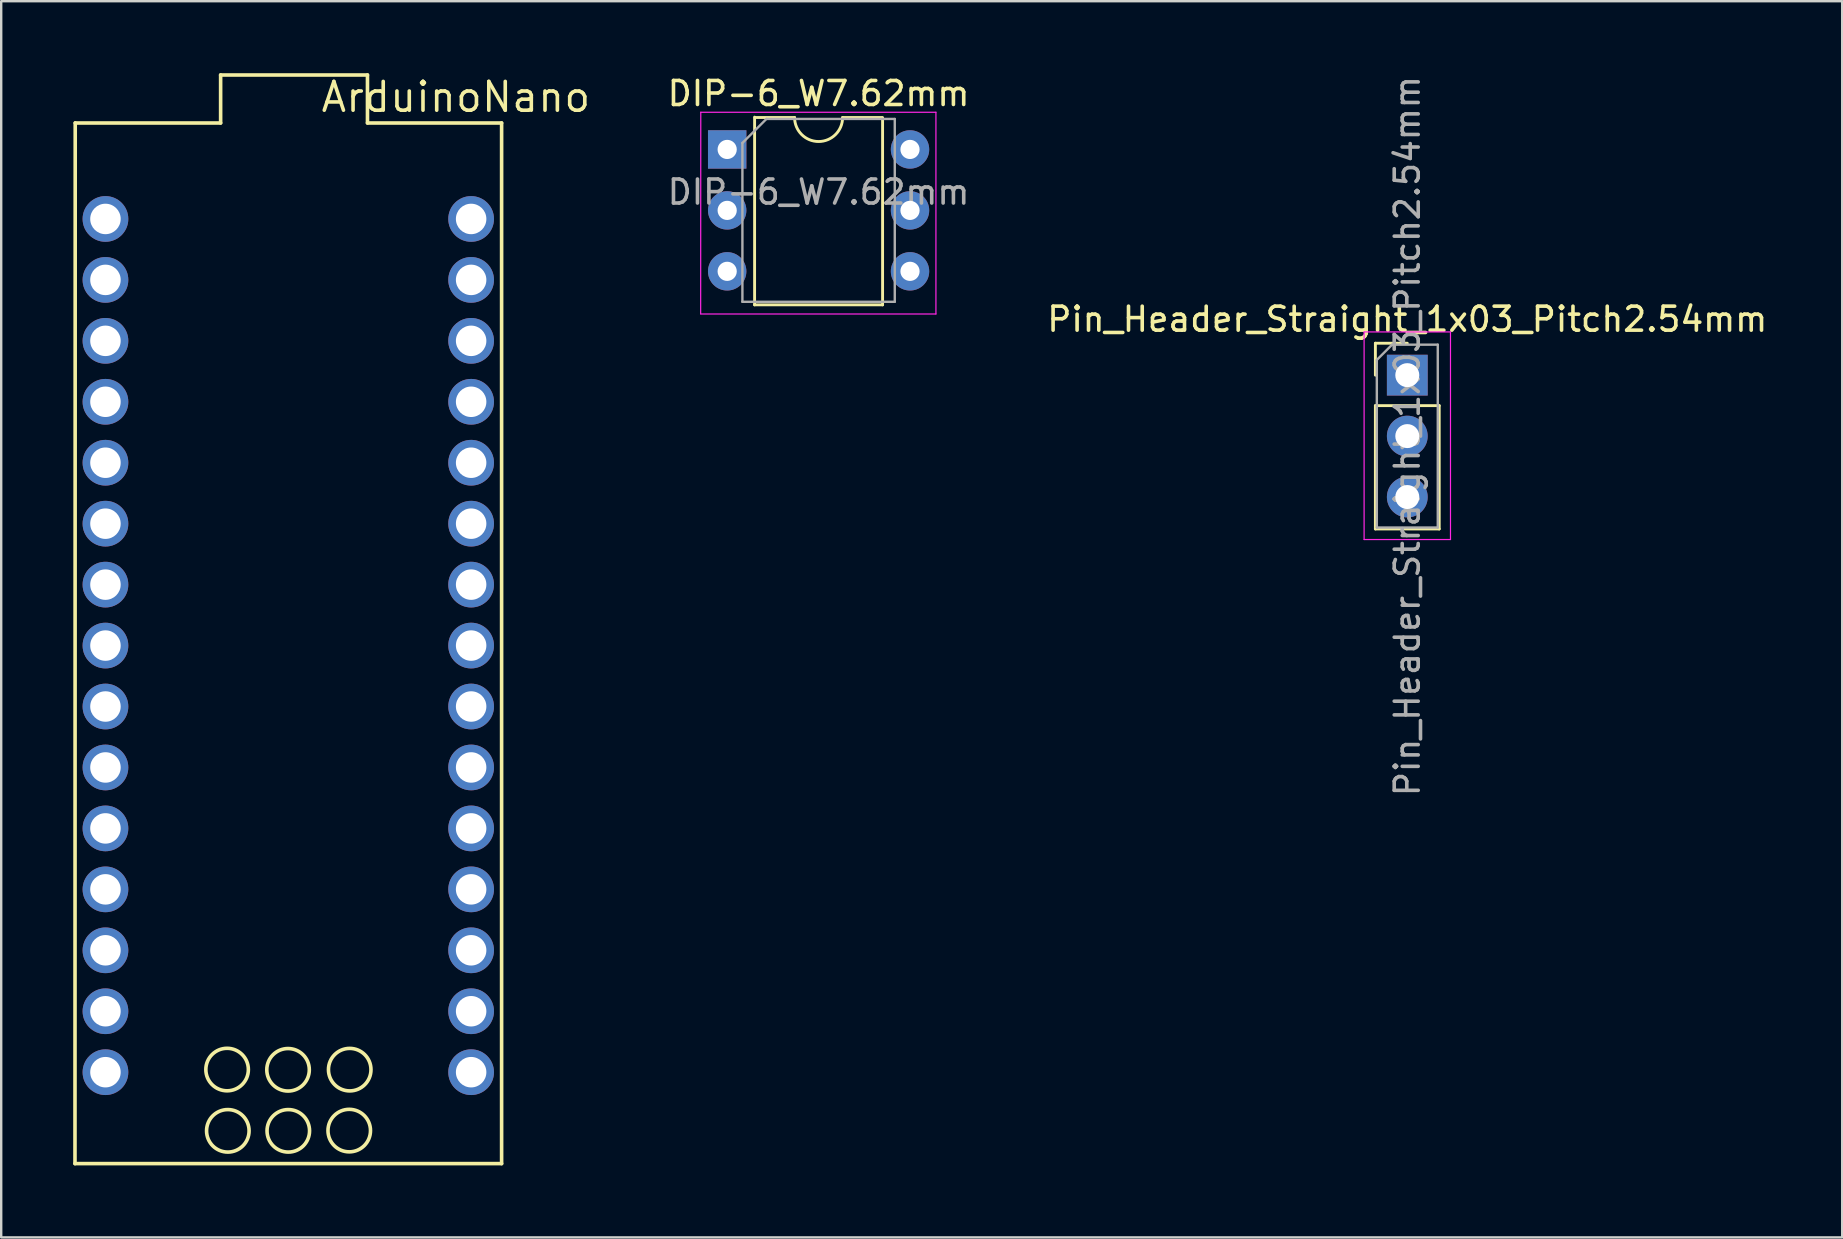
<source format=kicad_pcb>
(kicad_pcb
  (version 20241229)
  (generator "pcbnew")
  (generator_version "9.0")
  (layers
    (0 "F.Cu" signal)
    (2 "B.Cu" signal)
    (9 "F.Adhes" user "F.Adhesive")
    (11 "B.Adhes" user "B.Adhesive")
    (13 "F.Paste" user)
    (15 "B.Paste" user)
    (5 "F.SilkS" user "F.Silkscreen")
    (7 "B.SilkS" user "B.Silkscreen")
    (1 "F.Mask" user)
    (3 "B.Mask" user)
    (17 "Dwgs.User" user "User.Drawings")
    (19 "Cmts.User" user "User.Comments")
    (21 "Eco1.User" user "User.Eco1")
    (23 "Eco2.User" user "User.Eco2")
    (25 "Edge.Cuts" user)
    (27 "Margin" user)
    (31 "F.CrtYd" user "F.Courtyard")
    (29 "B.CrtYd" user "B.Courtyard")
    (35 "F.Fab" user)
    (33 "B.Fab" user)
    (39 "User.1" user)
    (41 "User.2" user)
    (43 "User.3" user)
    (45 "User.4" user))
  (footprint "DIP-6_W7.62mm"
    (layer "F.Cu")
    (at 27.256 3.178)
    (property "Reference" "DIP-6_W7.62mm" (at 3.81 -2.33 0) (layer "F.SilkS") (effects (font (size 1 1) (thickness 0.15))))
    (attr through_hole)
    (fp_line (start 1.143 -1.346) (end 1.143 6.477) (stroke (width 0.12) (type solid)) (layer "F.SilkS"))
    (fp_line (start 1.143 6.477) (end 6.477 6.477) (stroke (width 0.12) (type solid)) (layer "F.SilkS"))
    (fp_line (start 2.81 -1.33) (end 1.16 -1.33) (stroke (width 0.12) (type solid)) (layer "F.SilkS"))
    (fp_line (start 6.46 -1.33) (end 4.81 -1.33) (stroke (width 0.12) (type solid)) (layer "F.SilkS"))
    (fp_line (start 6.477 6.477) (end 6.477 -1.321) (stroke (width 0.12) (type solid)) (layer "F.SilkS"))
    (fp_arc (start 4.81 -1.33) (mid 3.81 -0.33) (end 2.81 -1.33) (stroke (width 0.12) (type solid)) (layer "F.SilkS"))
    (fp_line (start -1.101 6.858) (end 8.7 6.858) (stroke (width 0.05) (type solid)) (layer "F.CrtYd"))
    (fp_line (start -1.1 -1.55) (end -1.105 6.853) (stroke (width 0.05) (type solid)) (layer "F.CrtYd"))
    (fp_line (start 8.7 6.858) (end 8.7 -1.55) (stroke (width 0.05) (type solid)) (layer "F.CrtYd"))
    (fp_line (start 8.7 -1.55) (end -1.1 -1.55) (stroke (width 0.05) (type solid)) (layer "F.CrtYd"))
    (fp_line (start 0.635 -0.27) (end 1.635 -1.27) (stroke (width 0.1) (type solid)) (layer "F.Fab"))
    (fp_line (start 0.635 6.35) (end 0.635 -0.27) (stroke (width 0.1) (type solid)) (layer "F.Fab"))
    (fp_line (start 1.635 -1.27) (end 6.985 -1.27) (stroke (width 0.1) (type solid)) (layer "F.Fab"))
    (fp_line (start 6.985 -1.27) (end 6.985 6.35) (stroke (width 0.1) (type solid)) (layer "F.Fab"))
    (fp_line (start 6.985 6.35) (end 0.635 6.35) (stroke (width 0.1) (type solid)) (layer "F.Fab"))
    (fp_text user "${REFERENCE}" (at 3.81 1.778 0) (layer "F.Fab") (effects (font (size 1 1) (thickness 0.15))))
    (pad "1" thru_hole rect (at 0 0) (size 1.6 1.6) (drill 0.8) (layers "*.Cu" "*.Mask"))
    (pad "2" thru_hole oval (at 0 2.54) (size 1.6 1.6) (drill 0.8) (layers "*.Cu" "*.Mask"))
    (pad "3" thru_hole oval (at 0 5.08) (size 1.6 1.6) (drill 0.8) (layers "*.Cu" "*.Mask"))
    (pad "4" thru_hole oval (at 7.62 5.08) (size 1.6 1.6) (drill 0.8) (layers "*.Cu" "*.Mask"))
    (pad "5" thru_hole oval (at 7.62 2.54) (size 1.6 1.6) (drill 0.8) (layers "*.Cu" "*.Mask"))
    (pad "6" thru_hole oval (at 7.62 0) (size 1.6 1.6) (drill 0.8) (layers "*.Cu" "*.Mask")))
  (footprint "Pin_Header_Straight_1x03_Pitch2.54mm"
    (layer "F.Cu")
    (at 55.601 12.585)
    (property "Reference" "Pin_Header_Straight_1x03_Pitch2.54mm" (at 0 -2.33 0) (layer "F.SilkS") (effects (font (size 1 1) (thickness 0.15))))
    (attr through_hole)
    (fp_line (start -1.33 -1.33) (end 0 -1.33) (stroke (width 0.12) (type solid)) (layer "F.SilkS"))
    (fp_line (start -1.33 0) (end -1.33 -1.33) (stroke (width 0.12) (type solid)) (layer "F.SilkS"))
    (fp_line (start -1.33 1.27) (end -1.33 6.41) (stroke (width 0.12) (type solid)) (layer "F.SilkS"))
    (fp_line (start -1.33 1.27) (end 1.33 1.27) (stroke (width 0.12) (type solid)) (layer "F.SilkS"))
    (fp_line (start -1.33 6.41) (end 1.33 6.41) (stroke (width 0.12) (type solid)) (layer "F.SilkS"))
    (fp_line (start 1.33 1.27) (end 1.33 6.41) (stroke (width 0.12) (type solid)) (layer "F.SilkS"))
    (fp_line (start -1.8 -1.8) (end -1.8 6.85) (stroke (width 0.05) (type solid)) (layer "F.CrtYd"))
    (fp_line (start -1.8 6.85) (end 1.8 6.85) (stroke (width 0.05) (type solid)) (layer "F.CrtYd"))
    (fp_line (start 1.8 -1.8) (end -1.8 -1.8) (stroke (width 0.05) (type solid)) (layer "F.CrtYd"))
    (fp_line (start 1.8 6.85) (end 1.8 -1.8) (stroke (width 0.05) (type solid)) (layer "F.CrtYd"))
    (fp_line (start -1.27 -0.635) (end -0.635 -1.27) (stroke (width 0.1) (type solid)) (layer "F.Fab"))
    (fp_line (start -1.27 6.35) (end -1.27 -0.635) (stroke (width 0.1) (type solid)) (layer "F.Fab"))
    (fp_line (start -0.635 -1.27) (end 1.27 -1.27) (stroke (width 0.1) (type solid)) (layer "F.Fab"))
    (fp_line (start 1.27 -1.27) (end 1.27 6.35) (stroke (width 0.1) (type solid)) (layer "F.Fab"))
    (fp_line (start 1.27 6.35) (end -1.27 6.35) (stroke (width 0.1) (type solid)) (layer "F.Fab"))
    (fp_text user "${REFERENCE}" (at 0 2.54 90) (layer "F.Fab") (effects (font (size 1 1) (thickness 0.15))))
    (pad "1" thru_hole rect (at 0 0) (size 1.7 1.7) (drill 1) (layers "*.Cu" "*.Mask"))
    (pad "2" thru_hole oval (at 0 2.54) (size 1.7 1.7) (drill 1) (layers "*.Cu" "*.Mask"))
    (pad "3" thru_hole oval (at 0 5.08) (size 1.7 1.7) (drill 1) (layers "*.Cu" "*.Mask")))
  (footprint "ArduinoNano"
    (layer "F.Cu")
    (at 1.345 6.075)
    (property "Reference" "ArduinoNano" (at 14.605 -5.08 0) (layer "F.SilkS") (effects (font (size 1.2 1.2) (thickness 0.15))))
    (attr through_hole)
    (fp_line (start -1.27 39.37) (end 16.51 39.37) (stroke (width 0.15) (type solid)) (layer "F.SilkS"))
    (fp_line (start -1.26 -4) (end -1.27 39.37) (stroke (width 0.15) (type solid)) (layer "F.SilkS"))
    (fp_line (start 4.8 -4) (end -1.26 -4) (stroke (width 0.15) (type solid)) (layer "F.SilkS"))
    (fp_line (start 4.8 -4) (end 4.8 -6) (stroke (width 0.15) (type solid)) (layer "F.SilkS"))
    (fp_line (start 10.92 -6) (end 4.8 -6) (stroke (width 0.15) (type solid)) (layer "F.SilkS"))
    (fp_line (start 10.92 -6) (end 10.92 -4) (stroke (width 0.15) (type solid)) (layer "F.SilkS"))
    (fp_line (start 16.51 -4) (end 10.92 -4) (stroke (width 0.15) (type solid)) (layer "F.SilkS"))
    (fp_line (start 16.51 39.37) (end 16.51 -4) (stroke (width 0.15) (type solid)) (layer "F.SilkS"))
    (fp_circle (center 5.07 35.45) (end 5.6 34.74) (stroke (width 0.15) (type solid)) (fill no) (layer "F.SilkS"))
    (fp_circle (center 5.1 38.004) (end 5.63 37.294) (stroke (width 0.15) (type solid)) (fill no) (layer "F.SilkS"))
    (fp_circle (center 7.61 35.46) (end 8.14 34.75) (stroke (width 0.15) (type solid)) (fill no) (layer "F.SilkS"))
    (fp_circle (center 7.62 38.004) (end 8.15 37.294) (stroke (width 0.15) (type solid)) (fill no) (layer "F.SilkS"))
    (fp_circle (center 10.16 37.994) (end 10.69 37.284) (stroke (width 0.15) (type solid)) (fill no) (layer "F.SilkS"))
    (fp_circle (center 10.18 35.454) (end 10.71 34.744) (stroke (width 0.15) (type solid)) (fill no) (layer "F.SilkS"))
    (pad "1" thru_hole circle (at 0 0 270) (size 1.905 1.905) (drill 1.27) (layers "*.Cu" "*.Mask"))
    (pad "2" thru_hole circle (at 0 2.54 270) (size 1.905 1.905) (drill 1.27) (layers "*.Cu" "*.Mask"))
    (pad "3" thru_hole circle (at 0 5.08 270) (size 1.905 1.905) (drill 1.27) (layers "*.Cu" "*.Mask"))
    (pad "4" thru_hole circle (at 0 7.62 270) (size 1.905 1.905) (drill 1.27) (layers "*.Cu" "*.Mask"))
    (pad "5" thru_hole circle (at 0 10.16 270) (size 1.905 1.905) (drill 1.27) (layers "*.Cu" "*.Mask"))
    (pad "6" thru_hole circle (at 0 12.7 270) (size 1.905 1.905) (drill 1.27) (layers "*.Cu" "*.Mask"))
    (pad "7" thru_hole circle (at 0 15.24 270) (size 1.905 1.905) (drill 1.27) (layers "*.Cu" "*.Mask"))
    (pad "8" thru_hole circle (at 0 17.78 270) (size 1.905 1.905) (drill 1.27) (layers "*.Cu" "*.Mask"))
    (pad "9" thru_hole circle (at 0 20.32 270) (size 1.905 1.905) (drill 1.27) (layers "*.Cu" "*.Mask"))
    (pad "10" thru_hole circle (at 0 22.86 270) (size 1.905 1.905) (drill 1.27) (layers "*.Cu" "*.Mask"))
    (pad "11" thru_hole circle (at 0 25.4 270) (size 1.905 1.905) (drill 1.27) (layers "*.Cu" "*.Mask"))
    (pad "12" thru_hole circle (at 0 27.94 270) (size 1.905 1.905) (drill 1.27) (layers "*.Cu" "*.Mask"))
    (pad "13" thru_hole circle (at 0 30.48 270) (size 1.905 1.905) (drill 1.27) (layers "*.Cu" "*.Mask"))
    (pad "14" thru_hole circle (at 0 33.02 270) (size 1.905 1.905) (drill 1.27) (layers "*.Cu" "*.Mask"))
    (pad "15" thru_hole circle (at 0 35.56 270) (size 1.905 1.905) (drill 1.27) (layers "*.Cu" "*.Mask"))
    (pad "16" thru_hole circle (at 15.24 35.56 270) (size 1.905 1.905) (drill 1.27) (layers "*.Cu" "*.Mask"))
    (pad "17" thru_hole circle (at 15.24 33.02 270) (size 1.905 1.905) (drill 1.27) (layers "*.Cu" "*.Mask"))
    (pad "18" thru_hole circle (at 15.24 30.48 270) (size 1.905 1.905) (drill 1.27) (layers "*.Cu" "*.Mask"))
    (pad "19" thru_hole circle (at 15.24 27.94 270) (size 1.905 1.905) (drill 1.27) (layers "*.Cu" "*.Mask"))
    (pad "20" thru_hole circle (at 15.24 25.4 270) (size 1.905 1.905) (drill 1.27) (layers "*.Cu" "*.Mask"))
    (pad "21" thru_hole circle (at 15.24 22.86 270) (size 1.905 1.905) (drill 1.27) (layers "*.Cu" "*.Mask"))
    (pad "22" thru_hole circle (at 15.24 20.32 270) (size 1.905 1.905) (drill 1.27) (layers "*.Cu" "*.Mask"))
    (pad "23" thru_hole circle (at 15.24 17.78 270) (size 1.905 1.905) (drill 1.27) (layers "*.Cu" "*.Mask"))
    (pad "24" thru_hole circle (at 15.24 15.24 270) (size 1.905 1.905) (drill 1.27) (layers "*.Cu" "*.Mask"))
    (pad "25" thru_hole circle (at 15.24 12.7 270) (size 1.905 1.905) (drill 1.27) (layers "*.Cu" "*.Mask"))
    (pad "26" thru_hole circle (at 15.24 10.16 270) (size 1.905 1.905) (drill 1.27) (layers "*.Cu" "*.Mask"))
    (pad "27" thru_hole circle (at 15.24 7.62 270) (size 1.905 1.905) (drill 1.27) (layers "*.Cu" "*.Mask"))
    (pad "28" thru_hole circle (at 15.24 5.08 270) (size 1.905 1.905) (drill 1.27) (layers "*.Cu" "*.Mask"))
    (pad "29" thru_hole circle (at 15.24 2.54 270) (size 1.905 1.905) (drill 1.27) (layers "*.Cu" "*.Mask"))
    (pad "30" thru_hole circle (at 15.24 0 270) (size 1.905 1.905) (drill 1.27) (layers "*.Cu" "*.Mask")))
  (gr_rect
    (start -3 -3)
    (end 73.726 48.52)
    (stroke (width 0.1) (type default))
    (fill no)
    (layer "Edge.Cuts")))
</source>
